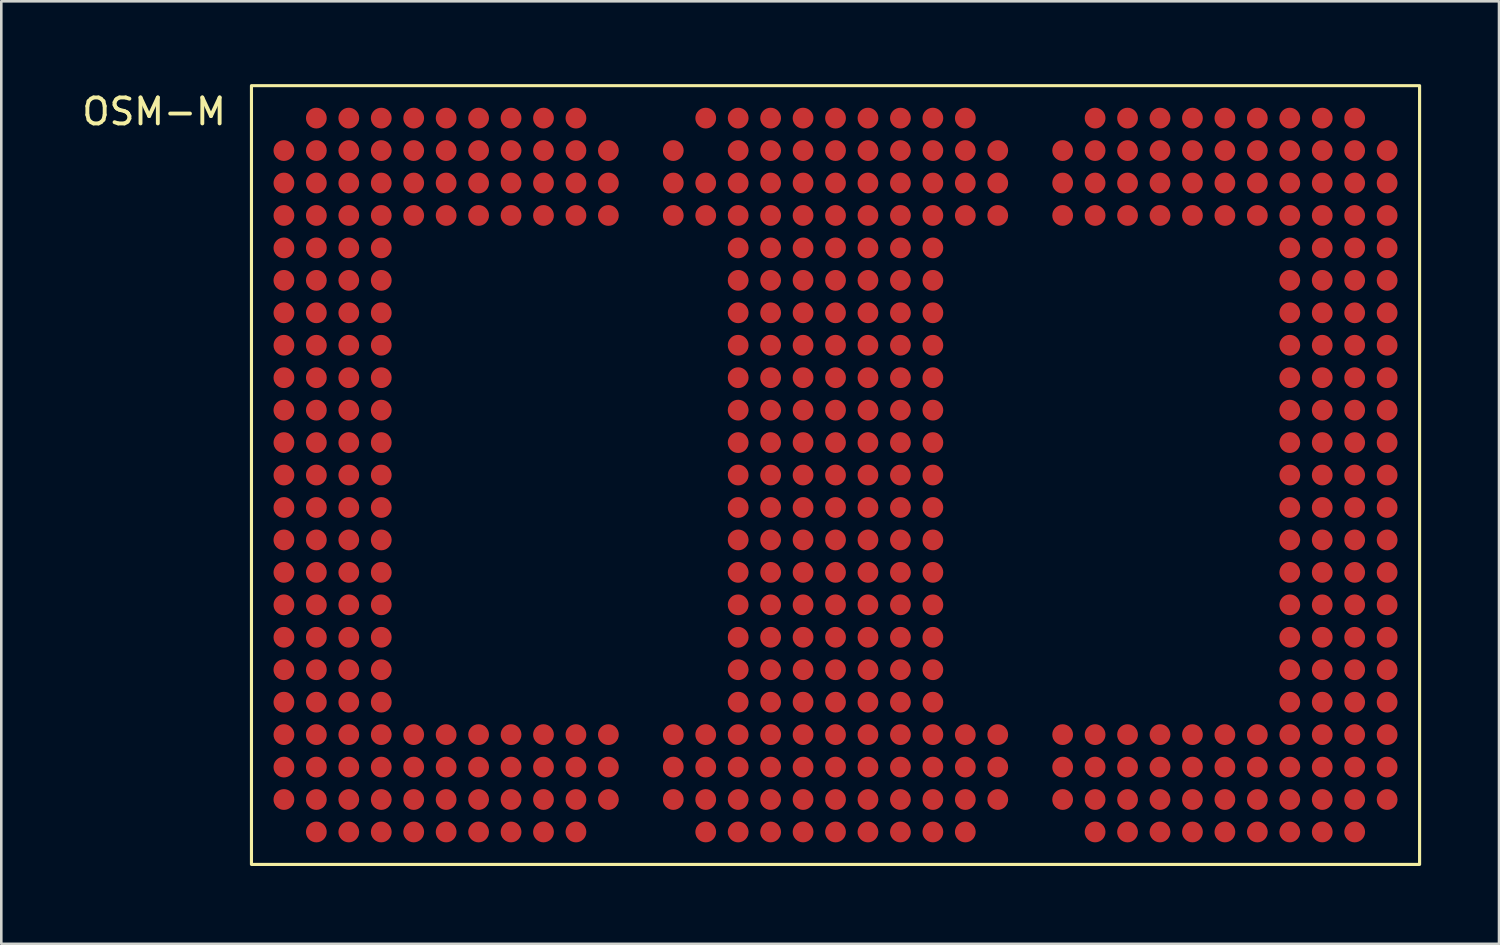
<source format=kicad_pcb>
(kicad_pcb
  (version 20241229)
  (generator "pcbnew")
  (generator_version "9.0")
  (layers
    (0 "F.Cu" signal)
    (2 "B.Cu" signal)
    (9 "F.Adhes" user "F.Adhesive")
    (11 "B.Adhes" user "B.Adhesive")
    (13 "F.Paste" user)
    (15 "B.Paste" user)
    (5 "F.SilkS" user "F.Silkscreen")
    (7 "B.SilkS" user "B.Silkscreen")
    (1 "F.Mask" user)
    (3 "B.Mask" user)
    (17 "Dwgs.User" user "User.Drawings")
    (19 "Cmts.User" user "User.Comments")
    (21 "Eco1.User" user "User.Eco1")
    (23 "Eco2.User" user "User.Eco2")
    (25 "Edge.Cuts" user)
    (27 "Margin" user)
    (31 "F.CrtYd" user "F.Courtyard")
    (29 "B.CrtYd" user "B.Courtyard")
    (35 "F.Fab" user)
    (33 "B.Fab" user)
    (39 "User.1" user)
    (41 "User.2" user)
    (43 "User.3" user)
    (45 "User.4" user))
  (footprint "OSM-M"
    (layer "F.Cu")
    (at 6.637 0.25)
    (property "Reference" "OSM-M" (at -3.75 1 0) (unlocked yes) (layer "F.SilkS") (effects (font (size 1 1) (thickness 0.15))))
    (attr smd)
    (fp_rect (start 0 0) (end 45 30) (stroke (width 0.12) (type solid)) (fill no) (layer "F.SilkS"))
    (pad "A2" smd circle (at 2.5 1.25) (size 0.8 0.8) (property pad_prop_bga) (layers "F.Cu" "F.Mask" "F.Paste"))
    (pad "A3" smd circle (at 3.75 1.25) (size 0.8 0.8) (property pad_prop_bga) (layers "F.Cu" "F.Mask" "F.Paste"))
    (pad "A4" smd circle (at 5 1.25) (size 0.8 0.8) (property pad_prop_bga) (layers "F.Cu" "F.Mask" "F.Paste"))
    (pad "A5" smd circle (at 6.25 1.25) (size 0.8 0.8) (property pad_prop_bga) (layers "F.Cu" "F.Mask" "F.Paste"))
    (pad "A6" smd circle (at 7.5 1.25) (size 0.8 0.8) (property pad_prop_bga) (layers "F.Cu" "F.Mask" "F.Paste"))
    (pad "A7" smd circle (at 8.75 1.25) (size 0.8 0.8) (property pad_prop_bga) (layers "F.Cu" "F.Mask" "F.Paste"))
    (pad "A8" smd circle (at 10 1.25) (size 0.8 0.8) (property pad_prop_bga) (layers "F.Cu" "F.Mask" "F.Paste"))
    (pad "A9" smd circle (at 11.25 1.25) (size 0.8 0.8) (property pad_prop_bga) (layers "F.Cu" "F.Mask" "F.Paste"))
    (pad "A10" smd circle (at 12.5 1.25) (size 0.8 0.8) (property pad_prop_bga) (layers "F.Cu" "F.Mask" "F.Paste"))
    (pad "A14" smd circle (at 17.5 1.25) (size 0.8 0.8) (property pad_prop_bga) (layers "F.Cu" "F.Mask" "F.Paste"))
    (pad "A15" smd circle (at 18.75 1.25) (size 0.8 0.8) (property pad_prop_bga) (layers "F.Cu" "F.Mask" "F.Paste"))
    (pad "A16" smd circle (at 20 1.25) (size 0.8 0.8) (property pad_prop_bga) (layers "F.Cu" "F.Mask" "F.Paste"))
    (pad "A17" smd circle (at 21.25 1.25) (size 0.8 0.8) (property pad_prop_bga) (layers "F.Cu" "F.Mask" "F.Paste"))
    (pad "A18" smd circle (at 22.5 1.25) (size 0.8 0.8) (property pad_prop_bga) (layers "F.Cu" "F.Mask" "F.Paste"))
    (pad "A19" smd circle (at 23.75 1.25) (size 0.8 0.8) (property pad_prop_bga) (layers "F.Cu" "F.Mask" "F.Paste"))
    (pad "A20" smd circle (at 25 1.25) (size 0.8 0.8) (property pad_prop_bga) (layers "F.Cu" "F.Mask" "F.Paste"))
    (pad "A21" smd circle (at 26.25 1.25) (size 0.8 0.8) (property pad_prop_bga) (layers "F.Cu" "F.Mask" "F.Paste"))
    (pad "A22" smd circle (at 27.5 1.25) (size 0.8 0.8) (property pad_prop_bga) (layers "F.Cu" "F.Mask" "F.Paste"))
    (pad "A26" smd circle (at 32.5 1.25) (size 0.8 0.8) (property pad_prop_bga) (layers "F.Cu" "F.Mask" "F.Paste"))
    (pad "A27" smd circle (at 33.75 1.25) (size 0.8 0.8) (property pad_prop_bga) (layers "F.Cu" "F.Mask" "F.Paste"))
    (pad "A28" smd circle (at 35 1.25) (size 0.8 0.8) (property pad_prop_bga) (layers "F.Cu" "F.Mask" "F.Paste"))
    (pad "A29" smd circle (at 36.25 1.25) (size 0.8 0.8) (property pad_prop_bga) (layers "F.Cu" "F.Mask" "F.Paste"))
    (pad "A30" smd circle (at 37.5 1.25) (size 0.8 0.8) (property pad_prop_bga) (layers "F.Cu" "F.Mask" "F.Paste"))
    (pad "A31" smd circle (at 38.75 1.25) (size 0.8 0.8) (property pad_prop_bga) (layers "F.Cu" "F.Mask" "F.Paste"))
    (pad "A32" smd circle (at 40 1.25) (size 0.8 0.8) (property pad_prop_bga) (layers "F.Cu" "F.Mask" "F.Paste"))
    (pad "A33" smd circle (at 41.25 1.25) (size 0.8 0.8) (property pad_prop_bga) (layers "F.Cu" "F.Mask" "F.Paste"))
    (pad "A34" smd circle (at 42.5 1.25) (size 0.8 0.8) (property pad_prop_bga) (layers "F.Cu" "F.Mask" "F.Paste"))
    (pad "AA1" smd circle (at 1.25 26.25) (size 0.8 0.8) (property pad_prop_bga) (layers "F.Cu" "F.Mask" "F.Paste"))
    (pad "AA2" smd circle (at 2.5 26.25) (size 0.8 0.8) (property pad_prop_bga) (layers "F.Cu" "F.Mask" "F.Paste"))
    (pad "AA3" smd circle (at 3.75 26.25) (size 0.8 0.8) (property pad_prop_bga) (layers "F.Cu" "F.Mask" "F.Paste"))
    (pad "AA4" smd circle (at 5 26.25) (size 0.8 0.8) (property pad_prop_bga) (layers "F.Cu" "F.Mask" "F.Paste"))
    (pad "AA5" smd circle (at 6.25 26.25) (size 0.8 0.8) (property pad_prop_bga) (layers "F.Cu" "F.Mask" "F.Paste"))
    (pad "AA6" smd circle (at 7.5 26.25) (size 0.8 0.8) (property pad_prop_bga) (layers "F.Cu" "F.Mask" "F.Paste"))
    (pad "AA7" smd circle (at 8.75 26.25) (size 0.8 0.8) (property pad_prop_bga) (layers "F.Cu" "F.Mask" "F.Paste"))
    (pad "AA8" smd circle (at 10 26.25) (size 0.8 0.8) (property pad_prop_bga) (layers "F.Cu" "F.Mask" "F.Paste"))
    (pad "AA9" smd circle (at 11.25 26.25) (size 0.8 0.8) (property pad_prop_bga) (layers "F.Cu" "F.Mask" "F.Paste"))
    (pad "AA10" smd circle (at 12.5 26.25) (size 0.8 0.8) (property pad_prop_bga) (layers "F.Cu" "F.Mask" "F.Paste"))
    (pad "AA11" smd circle (at 13.75 26.25) (size 0.8 0.8) (property pad_prop_bga) (layers "F.Cu" "F.Mask" "F.Paste"))
    (pad "AA13" smd circle (at 16.25 26.25) (size 0.8 0.8) (property pad_prop_bga) (layers "F.Cu" "F.Mask" "F.Paste"))
    (pad "AA14" smd circle (at 17.5 26.25) (size 0.8 0.8) (property pad_prop_bga) (layers "F.Cu" "F.Mask" "F.Paste"))
    (pad "AA15" smd circle (at 18.75 26.25) (size 0.8 0.8) (property pad_prop_bga) (layers "F.Cu" "F.Mask" "F.Paste"))
    (pad "AA16" smd circle (at 20 26.25) (size 0.8 0.8) (property pad_prop_bga) (layers "F.Cu" "F.Mask" "F.Paste"))
    (pad "AA17" smd circle (at 21.25 26.25) (size 0.8 0.8) (property pad_prop_bga) (layers "F.Cu" "F.Mask" "F.Paste"))
    (pad "AA18" smd circle (at 22.5 26.25) (size 0.8 0.8) (property pad_prop_bga) (layers "F.Cu" "F.Mask" "F.Paste"))
    (pad "AA19" smd circle (at 23.75 26.25) (size 0.8 0.8) (property pad_prop_bga) (layers "F.Cu" "F.Mask" "F.Paste"))
    (pad "AA20" smd circle (at 25 26.25) (size 0.8 0.8) (property pad_prop_bga) (layers "F.Cu" "F.Mask" "F.Paste"))
    (pad "AA21" smd circle (at 26.25 26.25) (size 0.8 0.8) (property pad_prop_bga) (layers "F.Cu" "F.Mask" "F.Paste"))
    (pad "AA22" smd circle (at 27.5 26.25) (size 0.8 0.8) (property pad_prop_bga) (layers "F.Cu" "F.Mask" "F.Paste"))
    (pad "AA23" smd circle (at 28.75 26.25) (size 0.8 0.8) (property pad_prop_bga) (layers "F.Cu" "F.Mask" "F.Paste"))
    (pad "AA25" smd circle (at 31.25 26.25) (size 0.8 0.8) (property pad_prop_bga) (layers "F.Cu" "F.Mask" "F.Paste"))
    (pad "AA26" smd circle (at 32.5 26.25) (size 0.8 0.8) (property pad_prop_bga) (layers "F.Cu" "F.Mask" "F.Paste"))
    (pad "AA27" smd circle (at 33.75 26.25) (size 0.8 0.8) (property pad_prop_bga) (layers "F.Cu" "F.Mask" "F.Paste"))
    (pad "AA28" smd circle (at 35 26.25) (size 0.8 0.8) (property pad_prop_bga) (layers "F.Cu" "F.Mask" "F.Paste"))
    (pad "AA29" smd circle (at 36.25 26.25) (size 0.8 0.8) (property pad_prop_bga) (layers "F.Cu" "F.Mask" "F.Paste"))
    (pad "AA30" smd circle (at 37.5 26.25) (size 0.8 0.8) (property pad_prop_bga) (layers "F.Cu" "F.Mask" "F.Paste"))
    (pad "AA31" smd circle (at 38.75 26.25) (size 0.8 0.8) (property pad_prop_bga) (layers "F.Cu" "F.Mask" "F.Paste"))
    (pad "AA32" smd circle (at 40 26.25) (size 0.8 0.8) (property pad_prop_bga) (layers "F.Cu" "F.Mask" "F.Paste"))
    (pad "AA33" smd circle (at 41.25 26.25) (size 0.8 0.8) (property pad_prop_bga) (layers "F.Cu" "F.Mask" "F.Paste"))
    (pad "AA34" smd circle (at 42.5 26.25) (size 0.8 0.8) (property pad_prop_bga) (layers "F.Cu" "F.Mask" "F.Paste"))
    (pad "AA35" smd circle (at 43.75 26.25) (size 0.8 0.8) (property pad_prop_bga) (layers "F.Cu" "F.Mask" "F.Paste"))
    (pad "AB1" smd circle (at 1.25 27.5) (size 0.8 0.8) (property pad_prop_bga) (layers "F.Cu" "F.Mask" "F.Paste"))
    (pad "AB2" smd circle (at 2.5 27.5) (size 0.8 0.8) (property pad_prop_bga) (layers "F.Cu" "F.Mask" "F.Paste"))
    (pad "AB3" smd circle (at 3.75 27.5) (size 0.8 0.8) (property pad_prop_bga) (layers "F.Cu" "F.Mask" "F.Paste"))
    (pad "AB4" smd circle (at 5 27.5) (size 0.8 0.8) (property pad_prop_bga) (layers "F.Cu" "F.Mask" "F.Paste"))
    (pad "AB5" smd circle (at 6.25 27.5) (size 0.8 0.8) (property pad_prop_bga) (layers "F.Cu" "F.Mask" "F.Paste"))
    (pad "AB6" smd circle (at 7.5 27.5) (size 0.8 0.8) (property pad_prop_bga) (layers "F.Cu" "F.Mask" "F.Paste"))
    (pad "AB7" smd circle (at 8.75 27.5) (size 0.8 0.8) (property pad_prop_bga) (layers "F.Cu" "F.Mask" "F.Paste"))
    (pad "AB8" smd circle (at 10 27.5) (size 0.8 0.8) (property pad_prop_bga) (layers "F.Cu" "F.Mask" "F.Paste"))
    (pad "AB9" smd circle (at 11.25 27.5) (size 0.8 0.8) (property pad_prop_bga) (layers "F.Cu" "F.Mask" "F.Paste"))
    (pad "AB10" smd circle (at 12.5 27.5) (size 0.8 0.8) (property pad_prop_bga) (layers "F.Cu" "F.Mask" "F.Paste"))
    (pad "AB11" smd circle (at 13.75 27.5) (size 0.8 0.8) (property pad_prop_bga) (layers "F.Cu" "F.Mask" "F.Paste"))
    (pad "AB13" smd circle (at 16.25 27.5) (size 0.8 0.8) (property pad_prop_bga) (layers "F.Cu" "F.Mask" "F.Paste"))
    (pad "AB14" smd circle (at 17.5 27.5) (size 0.8 0.8) (property pad_prop_bga) (layers "F.Cu" "F.Mask" "F.Paste"))
    (pad "AB15" smd circle (at 18.75 27.5) (size 0.8 0.8) (property pad_prop_bga) (layers "F.Cu" "F.Mask" "F.Paste"))
    (pad "AB16" smd circle (at 20 27.5) (size 0.8 0.8) (property pad_prop_bga) (layers "F.Cu" "F.Mask" "F.Paste"))
    (pad "AB17" smd circle (at 21.25 27.5) (size 0.8 0.8) (property pad_prop_bga) (layers "F.Cu" "F.Mask" "F.Paste"))
    (pad "AB18" smd circle (at 22.5 27.5) (size 0.8 0.8) (property pad_prop_bga) (layers "F.Cu" "F.Mask" "F.Paste"))
    (pad "AB19" smd circle (at 23.75 27.5) (size 0.8 0.8) (property pad_prop_bga) (layers "F.Cu" "F.Mask" "F.Paste"))
    (pad "AB20" smd circle (at 25 27.5) (size 0.8 0.8) (property pad_prop_bga) (layers "F.Cu" "F.Mask" "F.Paste"))
    (pad "AB21" smd circle (at 26.25 27.5) (size 0.8 0.8) (property pad_prop_bga) (layers "F.Cu" "F.Mask" "F.Paste"))
    (pad "AB22" smd circle (at 27.5 27.5) (size 0.8 0.8) (property pad_prop_bga) (layers "F.Cu" "F.Mask" "F.Paste"))
    (pad "AB23" smd circle (at 28.75 27.5) (size 0.8 0.8) (property pad_prop_bga) (layers "F.Cu" "F.Mask" "F.Paste"))
    (pad "AB25" smd circle (at 31.25 27.5) (size 0.8 0.8) (property pad_prop_bga) (layers "F.Cu" "F.Mask" "F.Paste"))
    (pad "AB26" smd circle (at 32.5 27.5) (size 0.8 0.8) (property pad_prop_bga) (layers "F.Cu" "F.Mask" "F.Paste"))
    (pad "AB27" smd circle (at 33.75 27.5) (size 0.8 0.8) (property pad_prop_bga) (layers "F.Cu" "F.Mask" "F.Paste"))
    (pad "AB28" smd circle (at 35 27.5) (size 0.8 0.8) (property pad_prop_bga) (layers "F.Cu" "F.Mask" "F.Paste"))
    (pad "AB29" smd circle (at 36.25 27.5) (size 0.8 0.8) (property pad_prop_bga) (layers "F.Cu" "F.Mask" "F.Paste"))
    (pad "AB30" smd circle (at 37.5 27.5) (size 0.8 0.8) (property pad_prop_bga) (layers "F.Cu" "F.Mask" "F.Paste"))
    (pad "AB31" smd circle (at 38.75 27.5) (size 0.8 0.8) (property pad_prop_bga) (layers "F.Cu" "F.Mask" "F.Paste"))
    (pad "AB32" smd circle (at 40 27.5) (size 0.8 0.8) (property pad_prop_bga) (layers "F.Cu" "F.Mask" "F.Paste"))
    (pad "AB33" smd circle (at 41.25 27.5) (size 0.8 0.8) (property pad_prop_bga) (layers "F.Cu" "F.Mask" "F.Paste"))
    (pad "AB34" smd circle (at 42.5 27.5) (size 0.8 0.8) (property pad_prop_bga) (layers "F.Cu" "F.Mask" "F.Paste"))
    (pad "AB35" smd circle (at 43.75 27.5) (size 0.8 0.8) (property pad_prop_bga) (layers "F.Cu" "F.Mask" "F.Paste"))
    (pad "AC2" smd circle (at 2.5 28.75) (size 0.8 0.8) (property pad_prop_bga) (layers "F.Cu" "F.Mask" "F.Paste"))
    (pad "AC3" smd circle (at 3.75 28.75) (size 0.8 0.8) (property pad_prop_bga) (layers "F.Cu" "F.Mask" "F.Paste"))
    (pad "AC4" smd circle (at 5 28.75) (size 0.8 0.8) (property pad_prop_bga) (layers "F.Cu" "F.Mask" "F.Paste"))
    (pad "AC5" smd circle (at 6.25 28.75) (size 0.8 0.8) (property pad_prop_bga) (layers "F.Cu" "F.Mask" "F.Paste"))
    (pad "AC6" smd circle (at 7.5 28.75) (size 0.8 0.8) (property pad_prop_bga) (layers "F.Cu" "F.Mask" "F.Paste"))
    (pad "AC7" smd circle (at 8.75 28.75) (size 0.8 0.8) (property pad_prop_bga) (layers "F.Cu" "F.Mask" "F.Paste"))
    (pad "AC8" smd circle (at 10 28.75) (size 0.8 0.8) (property pad_prop_bga) (layers "F.Cu" "F.Mask" "F.Paste"))
    (pad "AC9" smd circle (at 11.25 28.75) (size 0.8 0.8) (property pad_prop_bga) (layers "F.Cu" "F.Mask" "F.Paste"))
    (pad "AC10" smd circle (at 12.5 28.75) (size 0.8 0.8) (property pad_prop_bga) (layers "F.Cu" "F.Mask" "F.Paste"))
    (pad "AC14" smd circle (at 17.5 28.75) (size 0.8 0.8) (property pad_prop_bga) (layers "F.Cu" "F.Mask" "F.Paste"))
    (pad "AC15" smd circle (at 18.75 28.75) (size 0.8 0.8) (property pad_prop_bga) (layers "F.Cu" "F.Mask" "F.Paste"))
    (pad "AC16" smd circle (at 20 28.75) (size 0.8 0.8) (property pad_prop_bga) (layers "F.Cu" "F.Mask" "F.Paste"))
    (pad "AC17" smd circle (at 21.25 28.75) (size 0.8 0.8) (property pad_prop_bga) (layers "F.Cu" "F.Mask" "F.Paste"))
    (pad "AC18" smd circle (at 22.5 28.75) (size 0.8 0.8) (property pad_prop_bga) (layers "F.Cu" "F.Mask" "F.Paste"))
    (pad "AC19" smd circle (at 23.75 28.75) (size 0.8 0.8) (property pad_prop_bga) (layers "F.Cu" "F.Mask" "F.Paste"))
    (pad "AC20" smd circle (at 25 28.75) (size 0.8 0.8) (property pad_prop_bga) (layers "F.Cu" "F.Mask" "F.Paste"))
    (pad "AC21" smd circle (at 26.25 28.75) (size 0.8 0.8) (property pad_prop_bga) (layers "F.Cu" "F.Mask" "F.Paste"))
    (pad "AC22" smd circle (at 27.5 28.75) (size 0.8 0.8) (property pad_prop_bga) (layers "F.Cu" "F.Mask" "F.Paste"))
    (pad "AC26" smd circle (at 32.5 28.75) (size 0.8 0.8) (property pad_prop_bga) (layers "F.Cu" "F.Mask" "F.Paste"))
    (pad "AC27" smd circle (at 33.75 28.75) (size 0.8 0.8) (property pad_prop_bga) (layers "F.Cu" "F.Mask" "F.Paste"))
    (pad "AC28" smd circle (at 35 28.75) (size 0.8 0.8) (property pad_prop_bga) (layers "F.Cu" "F.Mask" "F.Paste"))
    (pad "AC29" smd circle (at 36.25 28.75) (size 0.8 0.8) (property pad_prop_bga) (layers "F.Cu" "F.Mask" "F.Paste"))
    (pad "AC30" smd circle (at 37.5 28.75) (size 0.8 0.8) (property pad_prop_bga) (layers "F.Cu" "F.Mask" "F.Paste"))
    (pad "AC31" smd circle (at 38.75 28.75) (size 0.8 0.8) (property pad_prop_bga) (layers "F.Cu" "F.Mask" "F.Paste"))
    (pad "AC32" smd circle (at 40 28.75) (size 0.8 0.8) (property pad_prop_bga) (layers "F.Cu" "F.Mask" "F.Paste"))
    (pad "AC33" smd circle (at 41.25 28.75) (size 0.8 0.8) (property pad_prop_bga) (layers "F.Cu" "F.Mask" "F.Paste"))
    (pad "AC34" smd circle (at 42.5 28.75) (size 0.8 0.8) (property pad_prop_bga) (layers "F.Cu" "F.Mask" "F.Paste"))
    (pad "B1" smd circle (at 1.25 2.5) (size 0.8 0.8) (property pad_prop_bga) (layers "F.Cu" "F.Mask" "F.Paste"))
    (pad "B2" smd circle (at 2.5 2.5) (size 0.8 0.8) (property pad_prop_bga) (layers "F.Cu" "F.Mask" "F.Paste"))
    (pad "B3" smd circle (at 3.75 2.5) (size 0.8 0.8) (property pad_prop_bga) (layers "F.Cu" "F.Mask" "F.Paste"))
    (pad "B4" smd circle (at 5 2.5) (size 0.8 0.8) (property pad_prop_bga) (layers "F.Cu" "F.Mask" "F.Paste"))
    (pad "B5" smd circle (at 6.25 2.5) (size 0.8 0.8) (property pad_prop_bga) (layers "F.Cu" "F.Mask" "F.Paste"))
    (pad "B6" smd circle (at 7.5 2.5) (size 0.8 0.8) (property pad_prop_bga) (layers "F.Cu" "F.Mask" "F.Paste"))
    (pad "B7" smd circle (at 8.75 2.5) (size 0.8 0.8) (property pad_prop_bga) (layers "F.Cu" "F.Mask" "F.Paste"))
    (pad "B8" smd circle (at 10 2.5) (size 0.8 0.8) (property pad_prop_bga) (layers "F.Cu" "F.Mask" "F.Paste"))
    (pad "B9" smd circle (at 11.25 2.5) (size 0.8 0.8) (property pad_prop_bga) (layers "F.Cu" "F.Mask" "F.Paste"))
    (pad "B10" smd circle (at 12.5 2.5) (size 0.8 0.8) (property pad_prop_bga) (layers "F.Cu" "F.Mask" "F.Paste"))
    (pad "B11" smd circle (at 13.75 2.5) (size 0.8 0.8) (property pad_prop_bga) (layers "F.Cu" "F.Mask" "F.Paste"))
    (pad "B13" smd circle (at 16.25 2.5) (size 0.8 0.8) (property pad_prop_bga) (layers "F.Cu" "F.Mask" "F.Paste"))
    (pad "B15" smd circle (at 18.75 2.5) (size 0.8 0.8) (property pad_prop_bga) (layers "F.Cu" "F.Mask" "F.Paste"))
    (pad "B16" smd circle (at 20 2.5) (size 0.8 0.8) (property pad_prop_bga) (layers "F.Cu" "F.Mask" "F.Paste"))
    (pad "B17" smd circle (at 21.25 2.5) (size 0.8 0.8) (property pad_prop_bga) (layers "F.Cu" "F.Mask" "F.Paste"))
    (pad "B18" smd circle (at 22.5 2.5) (size 0.8 0.8) (property pad_prop_bga) (layers "F.Cu" "F.Mask" "F.Paste"))
    (pad "B19" smd circle (at 23.75 2.5) (size 0.8 0.8) (property pad_prop_bga) (layers "F.Cu" "F.Mask" "F.Paste"))
    (pad "B20" smd circle (at 25 2.5) (size 0.8 0.8) (property pad_prop_bga) (layers "F.Cu" "F.Mask" "F.Paste"))
    (pad "B21" smd circle (at 26.25 2.5) (size 0.8 0.8) (property pad_prop_bga) (layers "F.Cu" "F.Mask" "F.Paste"))
    (pad "B22" smd circle (at 27.5 2.5) (size 0.8 0.8) (property pad_prop_bga) (layers "F.Cu" "F.Mask" "F.Paste"))
    (pad "B23" smd circle (at 28.75 2.5) (size 0.8 0.8) (property pad_prop_bga) (layers "F.Cu" "F.Mask" "F.Paste"))
    (pad "B25" smd circle (at 31.25 2.5) (size 0.8 0.8) (property pad_prop_bga) (layers "F.Cu" "F.Mask" "F.Paste"))
    (pad "B26" smd circle (at 32.5 2.5) (size 0.8 0.8) (property pad_prop_bga) (layers "F.Cu" "F.Mask" "F.Paste"))
    (pad "B27" smd circle (at 33.75 2.5) (size 0.8 0.8) (property pad_prop_bga) (layers "F.Cu" "F.Mask" "F.Paste"))
    (pad "B28" smd circle (at 35 2.5) (size 0.8 0.8) (property pad_prop_bga) (layers "F.Cu" "F.Mask" "F.Paste"))
    (pad "B29" smd circle (at 36.25 2.5) (size 0.8 0.8) (property pad_prop_bga) (layers "F.Cu" "F.Mask" "F.Paste"))
    (pad "B30" smd circle (at 37.5 2.5) (size 0.8 0.8) (property pad_prop_bga) (layers "F.Cu" "F.Mask" "F.Paste"))
    (pad "B31" smd circle (at 38.75 2.5) (size 0.8 0.8) (property pad_prop_bga) (layers "F.Cu" "F.Mask" "F.Paste"))
    (pad "B32" smd circle (at 40 2.5) (size 0.8 0.8) (property pad_prop_bga) (layers "F.Cu" "F.Mask" "F.Paste"))
    (pad "B33" smd circle (at 41.25 2.5) (size 0.8 0.8) (property pad_prop_bga) (layers "F.Cu" "F.Mask" "F.Paste"))
    (pad "B34" smd circle (at 42.5 2.5) (size 0.8 0.8) (property pad_prop_bga) (layers "F.Cu" "F.Mask" "F.Paste"))
    (pad "B35" smd circle (at 43.75 2.5) (size 0.8 0.8) (property pad_prop_bga) (layers "F.Cu" "F.Mask" "F.Paste"))
    (pad "C1" smd circle (at 1.25 3.75) (size 0.8 0.8) (property pad_prop_bga) (layers "F.Cu" "F.Mask" "F.Paste"))
    (pad "C2" smd circle (at 2.5 3.75) (size 0.8 0.8) (property pad_prop_bga) (layers "F.Cu" "F.Mask" "F.Paste"))
    (pad "C3" smd circle (at 3.75 3.75) (size 0.8 0.8) (property pad_prop_bga) (layers "F.Cu" "F.Mask" "F.Paste"))
    (pad "C4" smd circle (at 5 3.75) (size 0.8 0.8) (property pad_prop_bga) (layers "F.Cu" "F.Mask" "F.Paste"))
    (pad "C5" smd circle (at 6.25 3.75) (size 0.8 0.8) (property pad_prop_bga) (layers "F.Cu" "F.Mask" "F.Paste"))
    (pad "C6" smd circle (at 7.5 3.75) (size 0.8 0.8) (property pad_prop_bga) (layers "F.Cu" "F.Mask" "F.Paste"))
    (pad "C7" smd circle (at 8.75 3.75) (size 0.8 0.8) (property pad_prop_bga) (layers "F.Cu" "F.Mask" "F.Paste"))
    (pad "C8" smd circle (at 10 3.75) (size 0.8 0.8) (property pad_prop_bga) (layers "F.Cu" "F.Mask" "F.Paste"))
    (pad "C9" smd circle (at 11.25 3.75) (size 0.8 0.8) (property pad_prop_bga) (layers "F.Cu" "F.Mask" "F.Paste"))
    (pad "C10" smd circle (at 12.5 3.75) (size 0.8 0.8) (property pad_prop_bga) (layers "F.Cu" "F.Mask" "F.Paste"))
    (pad "C11" smd circle (at 13.75 3.75) (size 0.8 0.8) (property pad_prop_bga) (layers "F.Cu" "F.Mask" "F.Paste"))
    (pad "C13" smd circle (at 16.25 3.75) (size 0.8 0.8) (property pad_prop_bga) (layers "F.Cu" "F.Mask" "F.Paste"))
    (pad "C14" smd circle (at 17.5 3.75) (size 0.8 0.8) (property pad_prop_bga) (layers "F.Cu" "F.Mask" "F.Paste"))
    (pad "C15" smd circle (at 18.75 3.75) (size 0.8 0.8) (property pad_prop_bga) (layers "F.Cu" "F.Mask" "F.Paste"))
    (pad "C16" smd circle (at 20 3.75) (size 0.8 0.8) (property pad_prop_bga) (layers "F.Cu" "F.Mask" "F.Paste"))
    (pad "C17" smd circle (at 21.25 3.75) (size 0.8 0.8) (property pad_prop_bga) (layers "F.Cu" "F.Mask" "F.Paste"))
    (pad "C18" smd circle (at 22.5 3.75) (size 0.8 0.8) (property pad_prop_bga) (layers "F.Cu" "F.Mask" "F.Paste"))
    (pad "C19" smd circle (at 23.75 3.75) (size 0.8 0.8) (property pad_prop_bga) (layers "F.Cu" "F.Mask" "F.Paste"))
    (pad "C20" smd circle (at 25 3.75) (size 0.8 0.8) (property pad_prop_bga) (layers "F.Cu" "F.Mask" "F.Paste"))
    (pad "C21" smd circle (at 26.25 3.75) (size 0.8 0.8) (property pad_prop_bga) (layers "F.Cu" "F.Mask" "F.Paste"))
    (pad "C22" smd circle (at 27.5 3.75) (size 0.8 0.8) (property pad_prop_bga) (layers "F.Cu" "F.Mask" "F.Paste"))
    (pad "C23" smd circle (at 28.75 3.75) (size 0.8 0.8) (property pad_prop_bga) (layers "F.Cu" "F.Mask" "F.Paste"))
    (pad "C25" smd circle (at 31.25 3.75) (size 0.8 0.8) (property pad_prop_bga) (layers "F.Cu" "F.Mask" "F.Paste"))
    (pad "C26" smd circle (at 32.5 3.75) (size 0.8 0.8) (property pad_prop_bga) (layers "F.Cu" "F.Mask" "F.Paste"))
    (pad "C27" smd circle (at 33.75 3.75) (size 0.8 0.8) (property pad_prop_bga) (layers "F.Cu" "F.Mask" "F.Paste"))
    (pad "C28" smd circle (at 35 3.75) (size 0.8 0.8) (property pad_prop_bga) (layers "F.Cu" "F.Mask" "F.Paste"))
    (pad "C29" smd circle (at 36.25 3.75) (size 0.8 0.8) (property pad_prop_bga) (layers "F.Cu" "F.Mask" "F.Paste"))
    (pad "C30" smd circle (at 37.5 3.75) (size 0.8 0.8) (property pad_prop_bga) (layers "F.Cu" "F.Mask" "F.Paste"))
    (pad "C31" smd circle (at 38.75 3.75) (size 0.8 0.8) (property pad_prop_bga) (layers "F.Cu" "F.Mask" "F.Paste"))
    (pad "C32" smd circle (at 40 3.75) (size 0.8 0.8) (property pad_prop_bga) (layers "F.Cu" "F.Mask" "F.Paste"))
    (pad "C33" smd circle (at 41.25 3.75) (size 0.8 0.8) (property pad_prop_bga) (layers "F.Cu" "F.Mask" "F.Paste"))
    (pad "C34" smd circle (at 42.5 3.75) (size 0.8 0.8) (property pad_prop_bga) (layers "F.Cu" "F.Mask" "F.Paste"))
    (pad "C35" smd circle (at 43.75 3.75) (size 0.8 0.8) (property pad_prop_bga) (layers "F.Cu" "F.Mask" "F.Paste"))
    (pad "D1" smd circle (at 1.25 5) (size 0.8 0.8) (property pad_prop_bga) (layers "F.Cu" "F.Mask" "F.Paste"))
    (pad "D2" smd circle (at 2.5 5) (size 0.8 0.8) (property pad_prop_bga) (layers "F.Cu" "F.Mask" "F.Paste"))
    (pad "D3" smd circle (at 3.75 5) (size 0.8 0.8) (property pad_prop_bga) (layers "F.Cu" "F.Mask" "F.Paste"))
    (pad "D4" smd circle (at 5 5) (size 0.8 0.8) (property pad_prop_bga) (layers "F.Cu" "F.Mask" "F.Paste"))
    (pad "D5" smd circle (at 6.25 5) (size 0.8 0.8) (property pad_prop_bga) (layers "F.Cu" "F.Mask" "F.Paste"))
    (pad "D6" smd circle (at 7.5 5) (size 0.8 0.8) (property pad_prop_bga) (layers "F.Cu" "F.Mask" "F.Paste"))
    (pad "D7" smd circle (at 8.75 5) (size 0.8 0.8) (property pad_prop_bga) (layers "F.Cu" "F.Mask" "F.Paste"))
    (pad "D8" smd circle (at 10 5) (size 0.8 0.8) (property pad_prop_bga) (layers "F.Cu" "F.Mask" "F.Paste"))
    (pad "D9" smd circle (at 11.25 5) (size 0.8 0.8) (property pad_prop_bga) (layers "F.Cu" "F.Mask" "F.Paste"))
    (pad "D10" smd circle (at 12.5 5) (size 0.8 0.8) (property pad_prop_bga) (layers "F.Cu" "F.Mask" "F.Paste"))
    (pad "D11" smd circle (at 13.75 5) (size 0.8 0.8) (property pad_prop_bga) (layers "F.Cu" "F.Mask" "F.Paste"))
    (pad "D13" smd circle (at 16.25 5) (size 0.8 0.8) (property pad_prop_bga) (layers "F.Cu" "F.Mask" "F.Paste"))
    (pad "D14" smd circle (at 17.5 5) (size 0.8 0.8) (property pad_prop_bga) (layers "F.Cu" "F.Mask" "F.Paste"))
    (pad "D15" smd circle (at 18.75 5) (size 0.8 0.8) (property pad_prop_bga) (layers "F.Cu" "F.Mask" "F.Paste"))
    (pad "D16" smd circle (at 20 5) (size 0.8 0.8) (property pad_prop_bga) (layers "F.Cu" "F.Mask" "F.Paste"))
    (pad "D17" smd circle (at 21.25 5) (size 0.8 0.8) (property pad_prop_bga) (layers "F.Cu" "F.Mask" "F.Paste"))
    (pad "D18" smd circle (at 22.5 5) (size 0.8 0.8) (property pad_prop_bga) (layers "F.Cu" "F.Mask" "F.Paste"))
    (pad "D19" smd circle (at 23.75 5) (size 0.8 0.8) (property pad_prop_bga) (layers "F.Cu" "F.Mask" "F.Paste"))
    (pad "D20" smd circle (at 25 5) (size 0.8 0.8) (property pad_prop_bga) (layers "F.Cu" "F.Mask" "F.Paste"))
    (pad "D21" smd circle (at 26.25 5) (size 0.8 0.8) (property pad_prop_bga) (layers "F.Cu" "F.Mask" "F.Paste"))
    (pad "D22" smd circle (at 27.5 5) (size 0.8 0.8) (property pad_prop_bga) (layers "F.Cu" "F.Mask" "F.Paste"))
    (pad "D23" smd circle (at 28.75 5) (size 0.8 0.8) (property pad_prop_bga) (layers "F.Cu" "F.Mask" "F.Paste"))
    (pad "D25" smd circle (at 31.25 5) (size 0.8 0.8) (property pad_prop_bga) (layers "F.Cu" "F.Mask" "F.Paste"))
    (pad "D26" smd circle (at 32.5 5) (size 0.8 0.8) (property pad_prop_bga) (layers "F.Cu" "F.Mask" "F.Paste"))
    (pad "D27" smd circle (at 33.75 5) (size 0.8 0.8) (property pad_prop_bga) (layers "F.Cu" "F.Mask" "F.Paste"))
    (pad "D28" smd circle (at 35 5) (size 0.8 0.8) (property pad_prop_bga) (layers "F.Cu" "F.Mask" "F.Paste"))
    (pad "D29" smd circle (at 36.25 5) (size 0.8 0.8) (property pad_prop_bga) (layers "F.Cu" "F.Mask" "F.Paste"))
    (pad "D30" smd circle (at 37.5 5) (size 0.8 0.8) (property pad_prop_bga) (layers "F.Cu" "F.Mask" "F.Paste"))
    (pad "D31" smd circle (at 38.75 5) (size 0.8 0.8) (property pad_prop_bga) (layers "F.Cu" "F.Mask" "F.Paste"))
    (pad "D32" smd circle (at 40 5) (size 0.8 0.8) (property pad_prop_bga) (layers "F.Cu" "F.Mask" "F.Paste"))
    (pad "D33" smd circle (at 41.25 5) (size 0.8 0.8) (property pad_prop_bga) (layers "F.Cu" "F.Mask" "F.Paste"))
    (pad "D34" smd circle (at 42.5 5) (size 0.8 0.8) (property pad_prop_bga) (layers "F.Cu" "F.Mask" "F.Paste"))
    (pad "D35" smd circle (at 43.75 5) (size 0.8 0.8) (property pad_prop_bga) (layers "F.Cu" "F.Mask" "F.Paste"))
    (pad "E1" smd circle (at 1.25 6.25) (size 0.8 0.8) (property pad_prop_bga) (layers "F.Cu" "F.Mask" "F.Paste"))
    (pad "E2" smd circle (at 2.5 6.25) (size 0.8 0.8) (property pad_prop_bga) (layers "F.Cu" "F.Mask" "F.Paste"))
    (pad "E3" smd circle (at 3.75 6.25) (size 0.8 0.8) (property pad_prop_bga) (layers "F.Cu" "F.Mask" "F.Paste"))
    (pad "E4" smd circle (at 5 6.25) (size 0.8 0.8) (property pad_prop_bga) (layers "F.Cu" "F.Mask" "F.Paste"))
    (pad "E15" smd circle (at 18.75 6.25) (size 0.8 0.8) (property pad_prop_bga) (layers "F.Cu" "F.Mask" "F.Paste"))
    (pad "E16" smd circle (at 20 6.25) (size 0.8 0.8) (property pad_prop_bga) (layers "F.Cu" "F.Mask" "F.Paste"))
    (pad "E17" smd circle (at 21.25 6.25) (size 0.8 0.8) (property pad_prop_bga) (layers "F.Cu" "F.Mask" "F.Paste"))
    (pad "E18" smd circle (at 22.5 6.25) (size 0.8 0.8) (property pad_prop_bga) (layers "F.Cu" "F.Mask" "F.Paste"))
    (pad "E19" smd circle (at 23.75 6.25) (size 0.8 0.8) (property pad_prop_bga) (layers "F.Cu" "F.Mask" "F.Paste"))
    (pad "E20" smd circle (at 25 6.25) (size 0.8 0.8) (property pad_prop_bga) (layers "F.Cu" "F.Mask" "F.Paste"))
    (pad "E21" smd circle (at 26.25 6.25) (size 0.8 0.8) (property pad_prop_bga) (layers "F.Cu" "F.Mask" "F.Paste"))
    (pad "E32" smd circle (at 40 6.25) (size 0.8 0.8) (property pad_prop_bga) (layers "F.Cu" "F.Mask" "F.Paste"))
    (pad "E33" smd circle (at 41.25 6.25) (size 0.8 0.8) (property pad_prop_bga) (layers "F.Cu" "F.Mask" "F.Paste"))
    (pad "E34" smd circle (at 42.5 6.25) (size 0.8 0.8) (property pad_prop_bga) (layers "F.Cu" "F.Mask" "F.Paste"))
    (pad "E35" smd circle (at 43.75 6.25) (size 0.8 0.8) (property pad_prop_bga) (layers "F.Cu" "F.Mask" "F.Paste"))
    (pad "F1" smd circle (at 1.25 7.5) (size 0.8 0.8) (property pad_prop_bga) (layers "F.Cu" "F.Mask" "F.Paste"))
    (pad "F2" smd circle (at 2.5 7.5) (size 0.8 0.8) (property pad_prop_bga) (layers "F.Cu" "F.Mask" "F.Paste"))
    (pad "F3" smd circle (at 3.75 7.5) (size 0.8 0.8) (property pad_prop_bga) (layers "F.Cu" "F.Mask" "F.Paste"))
    (pad "F4" smd circle (at 5 7.5) (size 0.8 0.8) (property pad_prop_bga) (layers "F.Cu" "F.Mask" "F.Paste"))
    (pad "F15" smd circle (at 18.75 7.5) (size 0.8 0.8) (property pad_prop_bga) (layers "F.Cu" "F.Mask" "F.Paste"))
    (pad "F16" smd circle (at 20 7.5) (size 0.8 0.8) (property pad_prop_bga) (layers "F.Cu" "F.Mask" "F.Paste"))
    (pad "F17" smd circle (at 21.25 7.5) (size 0.8 0.8) (property pad_prop_bga) (layers "F.Cu" "F.Mask" "F.Paste"))
    (pad "F18" smd circle (at 22.5 7.5) (size 0.8 0.8) (property pad_prop_bga) (layers "F.Cu" "F.Mask" "F.Paste"))
    (pad "F19" smd circle (at 23.75 7.5) (size 0.8 0.8) (property pad_prop_bga) (layers "F.Cu" "F.Mask" "F.Paste"))
    (pad "F20" smd circle (at 25 7.5) (size 0.8 0.8) (property pad_prop_bga) (layers "F.Cu" "F.Mask" "F.Paste"))
    (pad "F21" smd circle (at 26.25 7.5) (size 0.8 0.8) (property pad_prop_bga) (layers "F.Cu" "F.Mask" "F.Paste"))
    (pad "F32" smd circle (at 40 7.5) (size 0.8 0.8) (property pad_prop_bga) (layers "F.Cu" "F.Mask" "F.Paste"))
    (pad "F33" smd circle (at 41.25 7.5) (size 0.8 0.8) (property pad_prop_bga) (layers "F.Cu" "F.Mask" "F.Paste"))
    (pad "F34" smd circle (at 42.5 7.5) (size 0.8 0.8) (property pad_prop_bga) (layers "F.Cu" "F.Mask" "F.Paste"))
    (pad "F35" smd circle (at 43.75 7.5) (size 0.8 0.8) (property pad_prop_bga) (layers "F.Cu" "F.Mask" "F.Paste"))
    (pad "G1" smd circle (at 1.25 8.75) (size 0.8 0.8) (property pad_prop_bga) (layers "F.Cu" "F.Mask" "F.Paste"))
    (pad "G2" smd circle (at 2.5 8.75) (size 0.8 0.8) (property pad_prop_bga) (layers "F.Cu" "F.Mask" "F.Paste"))
    (pad "G3" smd circle (at 3.75 8.75) (size 0.8 0.8) (property pad_prop_bga) (layers "F.Cu" "F.Mask" "F.Paste"))
    (pad "G4" smd circle (at 5 8.75) (size 0.8 0.8) (property pad_prop_bga) (layers "F.Cu" "F.Mask" "F.Paste"))
    (pad "G15" smd circle (at 18.75 8.75) (size 0.8 0.8) (property pad_prop_bga) (layers "F.Cu" "F.Mask" "F.Paste"))
    (pad "G16" smd circle (at 20 8.75) (size 0.8 0.8) (property pad_prop_bga) (layers "F.Cu" "F.Mask" "F.Paste"))
    (pad "G17" smd circle (at 21.25 8.75) (size 0.8 0.8) (property pad_prop_bga) (layers "F.Cu" "F.Mask" "F.Paste"))
    (pad "G18" smd circle (at 22.5 8.75) (size 0.8 0.8) (property pad_prop_bga) (layers "F.Cu" "F.Mask" "F.Paste"))
    (pad "G19" smd circle (at 23.75 8.75) (size 0.8 0.8) (property pad_prop_bga) (layers "F.Cu" "F.Mask" "F.Paste"))
    (pad "G20" smd circle (at 25 8.75) (size 0.8 0.8) (property pad_prop_bga) (layers "F.Cu" "F.Mask" "F.Paste"))
    (pad "G21" smd circle (at 26.25 8.75) (size 0.8 0.8) (property pad_prop_bga) (layers "F.Cu" "F.Mask" "F.Paste"))
    (pad "G32" smd circle (at 40 8.75) (size 0.8 0.8) (property pad_prop_bga) (layers "F.Cu" "F.Mask" "F.Paste"))
    (pad "G33" smd circle (at 41.25 8.75) (size 0.8 0.8) (property pad_prop_bga) (layers "F.Cu" "F.Mask" "F.Paste"))
    (pad "G34" smd circle (at 42.5 8.75) (size 0.8 0.8) (property pad_prop_bga) (layers "F.Cu" "F.Mask" "F.Paste"))
    (pad "G35" smd circle (at 43.75 8.75) (size 0.8 0.8) (property pad_prop_bga) (layers "F.Cu" "F.Mask" "F.Paste"))
    (pad "H1" smd circle (at 1.25 10) (size 0.8 0.8) (property pad_prop_bga) (layers "F.Cu" "F.Mask" "F.Paste"))
    (pad "H2" smd circle (at 2.5 10) (size 0.8 0.8) (property pad_prop_bga) (layers "F.Cu" "F.Mask" "F.Paste"))
    (pad "H3" smd circle (at 3.75 10) (size 0.8 0.8) (property pad_prop_bga) (layers "F.Cu" "F.Mask" "F.Paste"))
    (pad "H4" smd circle (at 5 10) (size 0.8 0.8) (property pad_prop_bga) (layers "F.Cu" "F.Mask" "F.Paste"))
    (pad "H15" smd circle (at 18.75 10) (size 0.8 0.8) (property pad_prop_bga) (layers "F.Cu" "F.Mask" "F.Paste"))
    (pad "H16" smd circle (at 20 10) (size 0.8 0.8) (property pad_prop_bga) (layers "F.Cu" "F.Mask" "F.Paste"))
    (pad "H17" smd circle (at 21.25 10) (size 0.8 0.8) (property pad_prop_bga) (layers "F.Cu" "F.Mask" "F.Paste"))
    (pad "H18" smd circle (at 22.5 10) (size 0.8 0.8) (property pad_prop_bga) (layers "F.Cu" "F.Mask" "F.Paste"))
    (pad "H19" smd circle (at 23.75 10) (size 0.8 0.8) (property pad_prop_bga) (layers "F.Cu" "F.Mask" "F.Paste"))
    (pad "H20" smd circle (at 25 10) (size 0.8 0.8) (property pad_prop_bga) (layers "F.Cu" "F.Mask" "F.Paste"))
    (pad "H21" smd circle (at 26.25 10) (size 0.8 0.8) (property pad_prop_bga) (layers "F.Cu" "F.Mask" "F.Paste"))
    (pad "H32" smd circle (at 40 10) (size 0.8 0.8) (property pad_prop_bga) (layers "F.Cu" "F.Mask" "F.Paste"))
    (pad "H33" smd circle (at 41.25 10) (size 0.8 0.8) (property pad_prop_bga) (layers "F.Cu" "F.Mask" "F.Paste"))
    (pad "H34" smd circle (at 42.5 10) (size 0.8 0.8) (property pad_prop_bga) (layers "F.Cu" "F.Mask" "F.Paste"))
    (pad "H35" smd circle (at 43.75 10) (size 0.8 0.8) (property pad_prop_bga) (layers "F.Cu" "F.Mask" "F.Paste"))
    (pad "J1" smd circle (at 1.25 11.25) (size 0.8 0.8) (property pad_prop_bga) (layers "F.Cu" "F.Mask" "F.Paste"))
    (pad "J2" smd circle (at 2.5 11.25) (size 0.8 0.8) (property pad_prop_bga) (layers "F.Cu" "F.Mask" "F.Paste"))
    (pad "J3" smd circle (at 3.75 11.25) (size 0.8 0.8) (property pad_prop_bga) (layers "F.Cu" "F.Mask" "F.Paste"))
    (pad "J4" smd circle (at 5 11.25) (size 0.8 0.8) (property pad_prop_bga) (layers "F.Cu" "F.Mask" "F.Paste"))
    (pad "J15" smd circle (at 18.75 11.25) (size 0.8 0.8) (property pad_prop_bga) (layers "F.Cu" "F.Mask" "F.Paste"))
    (pad "J16" smd circle (at 20 11.25) (size 0.8 0.8) (property pad_prop_bga) (layers "F.Cu" "F.Mask" "F.Paste"))
    (pad "J17" smd circle (at 21.25 11.25) (size 0.8 0.8) (property pad_prop_bga) (layers "F.Cu" "F.Mask" "F.Paste"))
    (pad "J18" smd circle (at 22.5 11.25) (size 0.8 0.8) (property pad_prop_bga) (layers "F.Cu" "F.Mask" "F.Paste"))
    (pad "J19" smd circle (at 23.75 11.25) (size 0.8 0.8) (property pad_prop_bga) (layers "F.Cu" "F.Mask" "F.Paste"))
    (pad "J20" smd circle (at 25 11.25) (size 0.8 0.8) (property pad_prop_bga) (layers "F.Cu" "F.Mask" "F.Paste"))
    (pad "J21" smd circle (at 26.25 11.25) (size 0.8 0.8) (property pad_prop_bga) (layers "F.Cu" "F.Mask" "F.Paste"))
    (pad "J32" smd circle (at 40 11.25) (size 0.8 0.8) (property pad_prop_bga) (layers "F.Cu" "F.Mask" "F.Paste"))
    (pad "J33" smd circle (at 41.25 11.25) (size 0.8 0.8) (property pad_prop_bga) (layers "F.Cu" "F.Mask" "F.Paste"))
    (pad "J34" smd circle (at 42.5 11.25) (size 0.8 0.8) (property pad_prop_bga) (layers "F.Cu" "F.Mask" "F.Paste"))
    (pad "J35" smd circle (at 43.75 11.25) (size 0.8 0.8) (property pad_prop_bga) (layers "F.Cu" "F.Mask" "F.Paste"))
    (pad "K1" smd circle (at 1.25 12.5) (size 0.8 0.8) (property pad_prop_bga) (layers "F.Cu" "F.Mask" "F.Paste"))
    (pad "K2" smd circle (at 2.5 12.5) (size 0.8 0.8) (property pad_prop_bga) (layers "F.Cu" "F.Mask" "F.Paste"))
    (pad "K3" smd circle (at 3.75 12.5) (size 0.8 0.8) (property pad_prop_bga) (layers "F.Cu" "F.Mask" "F.Paste"))
    (pad "K4" smd circle (at 5 12.5) (size 0.8 0.8) (property pad_prop_bga) (layers "F.Cu" "F.Mask" "F.Paste"))
    (pad "K15" smd circle (at 18.75 12.5) (size 0.8 0.8) (property pad_prop_bga) (layers "F.Cu" "F.Mask" "F.Paste"))
    (pad "K16" smd circle (at 20 12.5) (size 0.8 0.8) (property pad_prop_bga) (layers "F.Cu" "F.Mask" "F.Paste"))
    (pad "K17" smd circle (at 21.25 12.5) (size 0.8 0.8) (property pad_prop_bga) (layers "F.Cu" "F.Mask" "F.Paste"))
    (pad "K18" smd circle (at 22.5 12.5) (size 0.8 0.8) (property pad_prop_bga) (layers "F.Cu" "F.Mask" "F.Paste"))
    (pad "K19" smd circle (at 23.75 12.5) (size 0.8 0.8) (property pad_prop_bga) (layers "F.Cu" "F.Mask" "F.Paste"))
    (pad "K20" smd circle (at 25 12.5) (size 0.8 0.8) (property pad_prop_bga) (layers "F.Cu" "F.Mask" "F.Paste"))
    (pad "K21" smd circle (at 26.25 12.5) (size 0.8 0.8) (property pad_prop_bga) (layers "F.Cu" "F.Mask" "F.Paste"))
    (pad "K32" smd circle (at 40 12.5) (size 0.8 0.8) (property pad_prop_bga) (layers "F.Cu" "F.Mask" "F.Paste"))
    (pad "K33" smd circle (at 41.25 12.5) (size 0.8 0.8) (property pad_prop_bga) (layers "F.Cu" "F.Mask" "F.Paste"))
    (pad "K34" smd circle (at 42.5 12.5) (size 0.8 0.8) (property pad_prop_bga) (layers "F.Cu" "F.Mask" "F.Paste"))
    (pad "K35" smd circle (at 43.75 12.5) (size 0.8 0.8) (property pad_prop_bga) (layers "F.Cu" "F.Mask" "F.Paste"))
    (pad "L1" smd circle (at 1.25 13.75) (size 0.8 0.8) (property pad_prop_bga) (layers "F.Cu" "F.Mask" "F.Paste"))
    (pad "L2" smd circle (at 2.5 13.75) (size 0.8 0.8) (property pad_prop_bga) (layers "F.Cu" "F.Mask" "F.Paste"))
    (pad "L3" smd circle (at 3.75 13.75) (size 0.8 0.8) (property pad_prop_bga) (layers "F.Cu" "F.Mask" "F.Paste"))
    (pad "L4" smd circle (at 5 13.75) (size 0.8 0.8) (property pad_prop_bga) (layers "F.Cu" "F.Mask" "F.Paste"))
    (pad "L15" smd circle (at 18.75 13.75) (size 0.8 0.8) (property pad_prop_bga) (layers "F.Cu" "F.Mask" "F.Paste"))
    (pad "L16" smd circle (at 20 13.75) (size 0.8 0.8) (property pad_prop_bga) (layers "F.Cu" "F.Mask" "F.Paste"))
    (pad "L17" smd circle (at 21.25 13.75) (size 0.8 0.8) (property pad_prop_bga) (layers "F.Cu" "F.Mask" "F.Paste"))
    (pad "L18" smd circle (at 22.5 13.75) (size 0.8 0.8) (property pad_prop_bga) (layers "F.Cu" "F.Mask" "F.Paste"))
    (pad "L19" smd circle (at 23.75 13.75) (size 0.8 0.8) (property pad_prop_bga) (layers "F.Cu" "F.Mask" "F.Paste"))
    (pad "L20" smd circle (at 25 13.75) (size 0.8 0.8) (property pad_prop_bga) (layers "F.Cu" "F.Mask" "F.Paste"))
    (pad "L21" smd circle (at 26.25 13.75) (size 0.8 0.8) (property pad_prop_bga) (layers "F.Cu" "F.Mask" "F.Paste"))
    (pad "L32" smd circle (at 40 13.75) (size 0.8 0.8) (property pad_prop_bga) (layers "F.Cu" "F.Mask" "F.Paste"))
    (pad "L33" smd circle (at 41.25 13.75) (size 0.8 0.8) (property pad_prop_bga) (layers "F.Cu" "F.Mask" "F.Paste"))
    (pad "L34" smd circle (at 42.5 13.75) (size 0.8 0.8) (property pad_prop_bga) (layers "F.Cu" "F.Mask" "F.Paste"))
    (pad "L35" smd circle (at 43.75 13.75) (size 0.8 0.8) (property pad_prop_bga) (layers "F.Cu" "F.Mask" "F.Paste"))
    (pad "M1" smd circle (at 1.25 15) (size 0.8 0.8) (property pad_prop_bga) (layers "F.Cu" "F.Mask" "F.Paste"))
    (pad "M2" smd circle (at 2.5 15) (size 0.8 0.8) (property pad_prop_bga) (layers "F.Cu" "F.Mask" "F.Paste"))
    (pad "M3" smd circle (at 3.75 15) (size 0.8 0.8) (property pad_prop_bga) (layers "F.Cu" "F.Mask" "F.Paste"))
    (pad "M4" smd circle (at 5 15) (size 0.8 0.8) (property pad_prop_bga) (layers "F.Cu" "F.Mask" "F.Paste"))
    (pad "M15" smd circle (at 18.75 15) (size 0.8 0.8) (property pad_prop_bga) (layers "F.Cu" "F.Mask" "F.Paste"))
    (pad "M16" smd circle (at 20 15) (size 0.8 0.8) (property pad_prop_bga) (layers "F.Cu" "F.Mask" "F.Paste"))
    (pad "M17" smd circle (at 21.25 15) (size 0.8 0.8) (property pad_prop_bga) (layers "F.Cu" "F.Mask" "F.Paste"))
    (pad "M18" smd circle (at 22.5 15) (size 0.8 0.8) (property pad_prop_bga) (layers "F.Cu" "F.Mask" "F.Paste"))
    (pad "M19" smd circle (at 23.75 15) (size 0.8 0.8) (property pad_prop_bga) (layers "F.Cu" "F.Mask" "F.Paste"))
    (pad "M20" smd circle (at 25 15) (size 0.8 0.8) (property pad_prop_bga) (layers "F.Cu" "F.Mask" "F.Paste"))
    (pad "M21" smd circle (at 26.25 15) (size 0.8 0.8) (property pad_prop_bga) (layers "F.Cu" "F.Mask" "F.Paste"))
    (pad "M32" smd circle (at 40 15) (size 0.8 0.8) (property pad_prop_bga) (layers "F.Cu" "F.Mask" "F.Paste"))
    (pad "M33" smd circle (at 41.25 15) (size 0.8 0.8) (property pad_prop_bga) (layers "F.Cu" "F.Mask" "F.Paste"))
    (pad "M34" smd circle (at 42.5 15) (size 0.8 0.8) (property pad_prop_bga) (layers "F.Cu" "F.Mask" "F.Paste"))
    (pad "M35" smd circle (at 43.75 15) (size 0.8 0.8) (property pad_prop_bga) (layers "F.Cu" "F.Mask" "F.Paste"))
    (pad "N1" smd circle (at 1.25 16.25) (size 0.8 0.8) (property pad_prop_bga) (layers "F.Cu" "F.Mask" "F.Paste"))
    (pad "N2" smd circle (at 2.5 16.25) (size 0.8 0.8) (property pad_prop_bga) (layers "F.Cu" "F.Mask" "F.Paste"))
    (pad "N3" smd circle (at 3.75 16.25) (size 0.8 0.8) (property pad_prop_bga) (layers "F.Cu" "F.Mask" "F.Paste"))
    (pad "N4" smd circle (at 5 16.25) (size 0.8 0.8) (property pad_prop_bga) (layers "F.Cu" "F.Mask" "F.Paste"))
    (pad "N15" smd circle (at 18.75 16.25) (size 0.8 0.8) (property pad_prop_bga) (layers "F.Cu" "F.Mask" "F.Paste"))
    (pad "N16" smd circle (at 20 16.25) (size 0.8 0.8) (property pad_prop_bga) (layers "F.Cu" "F.Mask" "F.Paste"))
    (pad "N17" smd circle (at 21.25 16.25) (size 0.8 0.8) (property pad_prop_bga) (layers "F.Cu" "F.Mask" "F.Paste"))
    (pad "N18" smd circle (at 22.5 16.25) (size 0.8 0.8) (property pad_prop_bga) (layers "F.Cu" "F.Mask" "F.Paste"))
    (pad "N19" smd circle (at 23.75 16.25) (size 0.8 0.8) (property pad_prop_bga) (layers "F.Cu" "F.Mask" "F.Paste"))
    (pad "N20" smd circle (at 25 16.25) (size 0.8 0.8) (property pad_prop_bga) (layers "F.Cu" "F.Mask" "F.Paste"))
    (pad "N21" smd circle (at 26.25 16.25) (size 0.8 0.8) (property pad_prop_bga) (layers "F.Cu" "F.Mask" "F.Paste"))
    (pad "N32" smd circle (at 40 16.25) (size 0.8 0.8) (property pad_prop_bga) (layers "F.Cu" "F.Mask" "F.Paste"))
    (pad "N33" smd circle (at 41.25 16.25) (size 0.8 0.8) (property pad_prop_bga) (layers "F.Cu" "F.Mask" "F.Paste"))
    (pad "N34" smd circle (at 42.5 16.25) (size 0.8 0.8) (property pad_prop_bga) (layers "F.Cu" "F.Mask" "F.Paste"))
    (pad "N35" smd circle (at 43.75 16.25) (size 0.8 0.8) (property pad_prop_bga) (layers "F.Cu" "F.Mask" "F.Paste"))
    (pad "P1" smd circle (at 1.25 17.5) (size 0.8 0.8) (property pad_prop_bga) (layers "F.Cu" "F.Mask" "F.Paste"))
    (pad "P2" smd circle (at 2.5 17.5) (size 0.8 0.8) (property pad_prop_bga) (layers "F.Cu" "F.Mask" "F.Paste"))
    (pad "P3" smd circle (at 3.75 17.5) (size 0.8 0.8) (property pad_prop_bga) (layers "F.Cu" "F.Mask" "F.Paste"))
    (pad "P4" smd circle (at 5 17.5) (size 0.8 0.8) (property pad_prop_bga) (layers "F.Cu" "F.Mask" "F.Paste"))
    (pad "P15" smd circle (at 18.75 17.5) (size 0.8 0.8) (property pad_prop_bga) (layers "F.Cu" "F.Mask" "F.Paste"))
    (pad "P16" smd circle (at 20 17.5) (size 0.8 0.8) (property pad_prop_bga) (layers "F.Cu" "F.Mask" "F.Paste"))
    (pad "P17" smd circle (at 21.25 17.5) (size 0.8 0.8) (property pad_prop_bga) (layers "F.Cu" "F.Mask" "F.Paste"))
    (pad "P18" smd circle (at 22.5 17.5) (size 0.8 0.8) (property pad_prop_bga) (layers "F.Cu" "F.Mask" "F.Paste"))
    (pad "P19" smd circle (at 23.75 17.5) (size 0.8 0.8) (property pad_prop_bga) (layers "F.Cu" "F.Mask" "F.Paste"))
    (pad "P20" smd circle (at 25 17.5) (size 0.8 0.8) (property pad_prop_bga) (layers "F.Cu" "F.Mask" "F.Paste"))
    (pad "P21" smd circle (at 26.25 17.5) (size 0.8 0.8) (property pad_prop_bga) (layers "F.Cu" "F.Mask" "F.Paste"))
    (pad "P32" smd circle (at 40 17.5) (size 0.8 0.8) (property pad_prop_bga) (layers "F.Cu" "F.Mask" "F.Paste"))
    (pad "P33" smd circle (at 41.25 17.5) (size 0.8 0.8) (property pad_prop_bga) (layers "F.Cu" "F.Mask" "F.Paste"))
    (pad "P34" smd circle (at 42.5 17.5) (size 0.8 0.8) (property pad_prop_bga) (layers "F.Cu" "F.Mask" "F.Paste"))
    (pad "P35" smd circle (at 43.75 17.5) (size 0.8 0.8) (property pad_prop_bga) (layers "F.Cu" "F.Mask" "F.Paste"))
    (pad "R1" smd circle (at 1.25 18.75) (size 0.8 0.8) (property pad_prop_bga) (layers "F.Cu" "F.Mask" "F.Paste"))
    (pad "R2" smd circle (at 2.5 18.75) (size 0.8 0.8) (property pad_prop_bga) (layers "F.Cu" "F.Mask" "F.Paste"))
    (pad "R3" smd circle (at 3.75 18.75) (size 0.8 0.8) (property pad_prop_bga) (layers "F.Cu" "F.Mask" "F.Paste"))
    (pad "R4" smd circle (at 5 18.75) (size 0.8 0.8) (property pad_prop_bga) (layers "F.Cu" "F.Mask" "F.Paste"))
    (pad "R15" smd circle (at 18.75 18.75) (size 0.8 0.8) (property pad_prop_bga) (layers "F.Cu" "F.Mask" "F.Paste"))
    (pad "R16" smd circle (at 20 18.75) (size 0.8 0.8) (property pad_prop_bga) (layers "F.Cu" "F.Mask" "F.Paste"))
    (pad "R17" smd circle (at 21.25 18.75) (size 0.8 0.8) (property pad_prop_bga) (layers "F.Cu" "F.Mask" "F.Paste"))
    (pad "R18" smd circle (at 22.5 18.75) (size 0.8 0.8) (property pad_prop_bga) (layers "F.Cu" "F.Mask" "F.Paste"))
    (pad "R19" smd circle (at 23.75 18.75) (size 0.8 0.8) (property pad_prop_bga) (layers "F.Cu" "F.Mask" "F.Paste"))
    (pad "R20" smd circle (at 25 18.75) (size 0.8 0.8) (property pad_prop_bga) (layers "F.Cu" "F.Mask" "F.Paste"))
    (pad "R21" smd circle (at 26.25 18.75) (size 0.8 0.8) (property pad_prop_bga) (layers "F.Cu" "F.Mask" "F.Paste"))
    (pad "R32" smd circle (at 40 18.75) (size 0.8 0.8) (property pad_prop_bga) (layers "F.Cu" "F.Mask" "F.Paste"))
    (pad "R33" smd circle (at 41.25 18.75) (size 0.8 0.8) (property pad_prop_bga) (layers "F.Cu" "F.Mask" "F.Paste"))
    (pad "R34" smd circle (at 42.5 18.75) (size 0.8 0.8) (property pad_prop_bga) (layers "F.Cu" "F.Mask" "F.Paste"))
    (pad "R35" smd circle (at 43.75 18.75) (size 0.8 0.8) (property pad_prop_bga) (layers "F.Cu" "F.Mask" "F.Paste"))
    (pad "T1" smd circle (at 1.25 20) (size 0.8 0.8) (property pad_prop_bga) (layers "F.Cu" "F.Mask" "F.Paste"))
    (pad "T2" smd circle (at 2.5 20) (size 0.8 0.8) (property pad_prop_bga) (layers "F.Cu" "F.Mask" "F.Paste"))
    (pad "T3" smd circle (at 3.75 20) (size 0.8 0.8) (property pad_prop_bga) (layers "F.Cu" "F.Mask" "F.Paste"))
    (pad "T4" smd circle (at 5 20) (size 0.8 0.8) (property pad_prop_bga) (layers "F.Cu" "F.Mask" "F.Paste"))
    (pad "T15" smd circle (at 18.75 20) (size 0.8 0.8) (property pad_prop_bga) (layers "F.Cu" "F.Mask" "F.Paste"))
    (pad "T16" smd circle (at 20 20) (size 0.8 0.8) (property pad_prop_bga) (layers "F.Cu" "F.Mask" "F.Paste"))
    (pad "T17" smd circle (at 21.25 20) (size 0.8 0.8) (property pad_prop_bga) (layers "F.Cu" "F.Mask" "F.Paste"))
    (pad "T18" smd circle (at 22.5 20) (size 0.8 0.8) (property pad_prop_bga) (layers "F.Cu" "F.Mask" "F.Paste"))
    (pad "T19" smd circle (at 23.75 20) (size 0.8 0.8) (property pad_prop_bga) (layers "F.Cu" "F.Mask" "F.Paste"))
    (pad "T20" smd circle (at 25 20) (size 0.8 0.8) (property pad_prop_bga) (layers "F.Cu" "F.Mask" "F.Paste"))
    (pad "T21" smd circle (at 26.25 20) (size 0.8 0.8) (property pad_prop_bga) (layers "F.Cu" "F.Mask" "F.Paste"))
    (pad "T32" smd circle (at 40 20) (size 0.8 0.8) (property pad_prop_bga) (layers "F.Cu" "F.Mask" "F.Paste"))
    (pad "T33" smd circle (at 41.25 20) (size 0.8 0.8) (property pad_prop_bga) (layers "F.Cu" "F.Mask" "F.Paste"))
    (pad "T34" smd circle (at 42.5 20) (size 0.8 0.8) (property pad_prop_bga) (layers "F.Cu" "F.Mask" "F.Paste"))
    (pad "T35" smd circle (at 43.75 20) (size 0.8 0.8) (property pad_prop_bga) (layers "F.Cu" "F.Mask" "F.Paste"))
    (pad "U1" smd circle (at 1.25 21.25) (size 0.8 0.8) (property pad_prop_bga) (layers "F.Cu" "F.Mask" "F.Paste"))
    (pad "U2" smd circle (at 2.5 21.25) (size 0.8 0.8) (property pad_prop_bga) (layers "F.Cu" "F.Mask" "F.Paste"))
    (pad "U3" smd circle (at 3.75 21.25) (size 0.8 0.8) (property pad_prop_bga) (layers "F.Cu" "F.Mask" "F.Paste"))
    (pad "U4" smd circle (at 5 21.25) (size 0.8 0.8) (property pad_prop_bga) (layers "F.Cu" "F.Mask" "F.Paste"))
    (pad "U15" smd circle (at 18.75 21.25) (size 0.8 0.8) (property pad_prop_bga) (layers "F.Cu" "F.Mask" "F.Paste"))
    (pad "U16" smd circle (at 20 21.25) (size 0.8 0.8) (property pad_prop_bga) (layers "F.Cu" "F.Mask" "F.Paste"))
    (pad "U17" smd circle (at 21.25 21.25) (size 0.8 0.8) (property pad_prop_bga) (layers "F.Cu" "F.Mask" "F.Paste"))
    (pad "U18" smd circle (at 22.5 21.25) (size 0.8 0.8) (property pad_prop_bga) (layers "F.Cu" "F.Mask" "F.Paste"))
    (pad "U19" smd circle (at 23.75 21.25) (size 0.8 0.8) (property pad_prop_bga) (layers "F.Cu" "F.Mask" "F.Paste"))
    (pad "U20" smd circle (at 25 21.25) (size 0.8 0.8) (property pad_prop_bga) (layers "F.Cu" "F.Mask" "F.Paste"))
    (pad "U21" smd circle (at 26.25 21.25) (size 0.8 0.8) (property pad_prop_bga) (layers "F.Cu" "F.Mask" "F.Paste"))
    (pad "U32" smd circle (at 40 21.25) (size 0.8 0.8) (property pad_prop_bga) (layers "F.Cu" "F.Mask" "F.Paste"))
    (pad "U33" smd circle (at 41.25 21.25) (size 0.8 0.8) (property pad_prop_bga) (layers "F.Cu" "F.Mask" "F.Paste"))
    (pad "U34" smd circle (at 42.5 21.25) (size 0.8 0.8) (property pad_prop_bga) (layers "F.Cu" "F.Mask" "F.Paste"))
    (pad "U35" smd circle (at 43.75 21.25) (size 0.8 0.8) (property pad_prop_bga) (layers "F.Cu" "F.Mask" "F.Paste"))
    (pad "V1" smd circle (at 1.25 22.5) (size 0.8 0.8) (property pad_prop_bga) (layers "F.Cu" "F.Mask" "F.Paste"))
    (pad "V2" smd circle (at 2.5 22.5) (size 0.8 0.8) (property pad_prop_bga) (layers "F.Cu" "F.Mask" "F.Paste"))
    (pad "V3" smd circle (at 3.75 22.5) (size 0.8 0.8) (property pad_prop_bga) (layers "F.Cu" "F.Mask" "F.Paste"))
    (pad "V4" smd circle (at 5 22.5) (size 0.8 0.8) (property pad_prop_bga) (layers "F.Cu" "F.Mask" "F.Paste"))
    (pad "V15" smd circle (at 18.75 22.5) (size 0.8 0.8) (property pad_prop_bga) (layers "F.Cu" "F.Mask" "F.Paste"))
    (pad "V16" smd circle (at 20 22.5) (size 0.8 0.8) (property pad_prop_bga) (layers "F.Cu" "F.Mask" "F.Paste"))
    (pad "V17" smd circle (at 21.25 22.5) (size 0.8 0.8) (property pad_prop_bga) (layers "F.Cu" "F.Mask" "F.Paste"))
    (pad "V18" smd circle (at 22.5 22.5) (size 0.8 0.8) (property pad_prop_bga) (layers "F.Cu" "F.Mask" "F.Paste"))
    (pad "V19" smd circle (at 23.75 22.5) (size 0.8 0.8) (property pad_prop_bga) (layers "F.Cu" "F.Mask" "F.Paste"))
    (pad "V20" smd circle (at 25 22.5) (size 0.8 0.8) (property pad_prop_bga) (layers "F.Cu" "F.Mask" "F.Paste"))
    (pad "V21" smd circle (at 26.25 22.5) (size 0.8 0.8) (property pad_prop_bga) (layers "F.Cu" "F.Mask" "F.Paste"))
    (pad "V32" smd circle (at 40 22.5) (size 0.8 0.8) (property pad_prop_bga) (layers "F.Cu" "F.Mask" "F.Paste"))
    (pad "V33" smd circle (at 41.25 22.5) (size 0.8 0.8) (property pad_prop_bga) (layers "F.Cu" "F.Mask" "F.Paste"))
    (pad "V34" smd circle (at 42.5 22.5) (size 0.8 0.8) (property pad_prop_bga) (layers "F.Cu" "F.Mask" "F.Paste"))
    (pad "V35" smd circle (at 43.75 22.5) (size 0.8 0.8) (property pad_prop_bga) (layers "F.Cu" "F.Mask" "F.Paste"))
    (pad "W1" smd circle (at 1.25 23.75) (size 0.8 0.8) (property pad_prop_bga) (layers "F.Cu" "F.Mask" "F.Paste"))
    (pad "W2" smd circle (at 2.5 23.75) (size 0.8 0.8) (property pad_prop_bga) (layers "F.Cu" "F.Mask" "F.Paste"))
    (pad "W3" smd circle (at 3.75 23.75) (size 0.8 0.8) (property pad_prop_bga) (layers "F.Cu" "F.Mask" "F.Paste"))
    (pad "W4" smd circle (at 5 23.75) (size 0.8 0.8) (property pad_prop_bga) (layers "F.Cu" "F.Mask" "F.Paste"))
    (pad "W15" smd circle (at 18.75 23.75) (size 0.8 0.8) (property pad_prop_bga) (layers "F.Cu" "F.Mask" "F.Paste"))
    (pad "W16" smd circle (at 20 23.75) (size 0.8 0.8) (property pad_prop_bga) (layers "F.Cu" "F.Mask" "F.Paste"))
    (pad "W17" smd circle (at 21.25 23.75) (size 0.8 0.8) (property pad_prop_bga) (layers "F.Cu" "F.Mask" "F.Paste"))
    (pad "W18" smd circle (at 22.5 23.75) (size 0.8 0.8) (property pad_prop_bga) (layers "F.Cu" "F.Mask" "F.Paste"))
    (pad "W19" smd circle (at 23.75 23.75) (size 0.8 0.8) (property pad_prop_bga) (layers "F.Cu" "F.Mask" "F.Paste"))
    (pad "W20" smd circle (at 25 23.75) (size 0.8 0.8) (property pad_prop_bga) (layers "F.Cu" "F.Mask" "F.Paste"))
    (pad "W21" smd circle (at 26.25 23.75) (size 0.8 0.8) (property pad_prop_bga) (layers "F.Cu" "F.Mask" "F.Paste"))
    (pad "W32" smd circle (at 40 23.75) (size 0.8 0.8) (property pad_prop_bga) (layers "F.Cu" "F.Mask" "F.Paste"))
    (pad "W33" smd circle (at 41.25 23.75) (size 0.8 0.8) (property pad_prop_bga) (layers "F.Cu" "F.Mask" "F.Paste"))
    (pad "W34" smd circle (at 42.5 23.75) (size 0.8 0.8) (property pad_prop_bga) (layers "F.Cu" "F.Mask" "F.Paste"))
    (pad "W35" smd circle (at 43.75 23.75) (size 0.8 0.8) (property pad_prop_bga) (layers "F.Cu" "F.Mask" "F.Paste"))
    (pad "Y1" smd circle (at 1.25 25) (size 0.8 0.8) (property pad_prop_bga) (layers "F.Cu" "F.Mask" "F.Paste"))
    (pad "Y2" smd circle (at 2.5 25) (size 0.8 0.8) (property pad_prop_bga) (layers "F.Cu" "F.Mask" "F.Paste"))
    (pad "Y3" smd circle (at 3.75 25) (size 0.8 0.8) (property pad_prop_bga) (layers "F.Cu" "F.Mask" "F.Paste"))
    (pad "Y4" smd circle (at 5 25) (size 0.8 0.8) (property pad_prop_bga) (layers "F.Cu" "F.Mask" "F.Paste"))
    (pad "Y5" smd circle (at 6.25 25) (size 0.8 0.8) (property pad_prop_bga) (layers "F.Cu" "F.Mask" "F.Paste"))
    (pad "Y6" smd circle (at 7.5 25) (size 0.8 0.8) (property pad_prop_bga) (layers "F.Cu" "F.Mask" "F.Paste"))
    (pad "Y7" smd circle (at 8.75 25) (size 0.8 0.8) (property pad_prop_bga) (layers "F.Cu" "F.Mask" "F.Paste"))
    (pad "Y8" smd circle (at 10 25) (size 0.8 0.8) (property pad_prop_bga) (layers "F.Cu" "F.Mask" "F.Paste"))
    (pad "Y9" smd circle (at 11.25 25) (size 0.8 0.8) (property pad_prop_bga) (layers "F.Cu" "F.Mask" "F.Paste"))
    (pad "Y10" smd circle (at 12.5 25) (size 0.8 0.8) (property pad_prop_bga) (layers "F.Cu" "F.Mask" "F.Paste"))
    (pad "Y11" smd circle (at 13.75 25) (size 0.8 0.8) (property pad_prop_bga) (layers "F.Cu" "F.Mask" "F.Paste"))
    (pad "Y13" smd circle (at 16.25 25) (size 0.8 0.8) (property pad_prop_bga) (layers "F.Cu" "F.Mask" "F.Paste"))
    (pad "Y14" smd circle (at 17.5 25) (size 0.8 0.8) (property pad_prop_bga) (layers "F.Cu" "F.Mask" "F.Paste"))
    (pad "Y15" smd circle (at 18.75 25) (size 0.8 0.8) (property pad_prop_bga) (layers "F.Cu" "F.Mask" "F.Paste"))
    (pad "Y16" smd circle (at 20 25) (size 0.8 0.8) (property pad_prop_bga) (layers "F.Cu" "F.Mask" "F.Paste"))
    (pad "Y17" smd circle (at 21.25 25) (size 0.8 0.8) (property pad_prop_bga) (layers "F.Cu" "F.Mask" "F.Paste"))
    (pad "Y18" smd circle (at 22.5 25) (size 0.8 0.8) (property pad_prop_bga) (layers "F.Cu" "F.Mask" "F.Paste"))
    (pad "Y19" smd circle (at 23.75 25) (size 0.8 0.8) (property pad_prop_bga) (layers "F.Cu" "F.Mask" "F.Paste"))
    (pad "Y20" smd circle (at 25 25) (size 0.8 0.8) (property pad_prop_bga) (layers "F.Cu" "F.Mask" "F.Paste"))
    (pad "Y21" smd circle (at 26.25 25) (size 0.8 0.8) (property pad_prop_bga) (layers "F.Cu" "F.Mask" "F.Paste"))
    (pad "Y22" smd circle (at 27.5 25) (size 0.8 0.8) (property pad_prop_bga) (layers "F.Cu" "F.Mask" "F.Paste"))
    (pad "Y23" smd circle (at 28.75 25) (size 0.8 0.8) (property pad_prop_bga) (layers "F.Cu" "F.Mask" "F.Paste"))
    (pad "Y25" smd circle (at 31.25 25) (size 0.8 0.8) (property pad_prop_bga) (layers "F.Cu" "F.Mask" "F.Paste"))
    (pad "Y26" smd circle (at 32.5 25) (size 0.8 0.8) (property pad_prop_bga) (layers "F.Cu" "F.Mask" "F.Paste"))
    (pad "Y27" smd circle (at 33.75 25) (size 0.8 0.8) (property pad_prop_bga) (layers "F.Cu" "F.Mask" "F.Paste"))
    (pad "Y28" smd circle (at 35 25) (size 0.8 0.8) (property pad_prop_bga) (layers "F.Cu" "F.Mask" "F.Paste"))
    (pad "Y29" smd circle (at 36.25 25) (size 0.8 0.8) (property pad_prop_bga) (layers "F.Cu" "F.Mask" "F.Paste"))
    (pad "Y30" smd circle (at 37.5 25) (size 0.8 0.8) (property pad_prop_bga) (layers "F.Cu" "F.Mask" "F.Paste"))
    (pad "Y31" smd circle (at 38.75 25) (size 0.8 0.8) (property pad_prop_bga) (layers "F.Cu" "F.Mask" "F.Paste"))
    (pad "Y32" smd circle (at 40 25) (size 0.8 0.8) (property pad_prop_bga) (layers "F.Cu" "F.Mask" "F.Paste"))
    (pad "Y33" smd circle (at 41.25 25) (size 0.8 0.8) (property pad_prop_bga) (layers "F.Cu" "F.Mask" "F.Paste"))
    (pad "Y34" smd circle (at 42.5 25) (size 0.8 0.8) (property pad_prop_bga) (layers "F.Cu" "F.Mask" "F.Paste"))
    (pad "Y35" smd circle (at 43.75 25) (size 0.8 0.8) (property pad_prop_bga) (layers "F.Cu" "F.Mask" "F.Paste")))
  (gr_rect
    (start -3 -3)
    (end 54.697 33.31)
    (stroke (width 0.1) (type default))
    (fill no)
    (layer "Edge.Cuts")))
</source>
